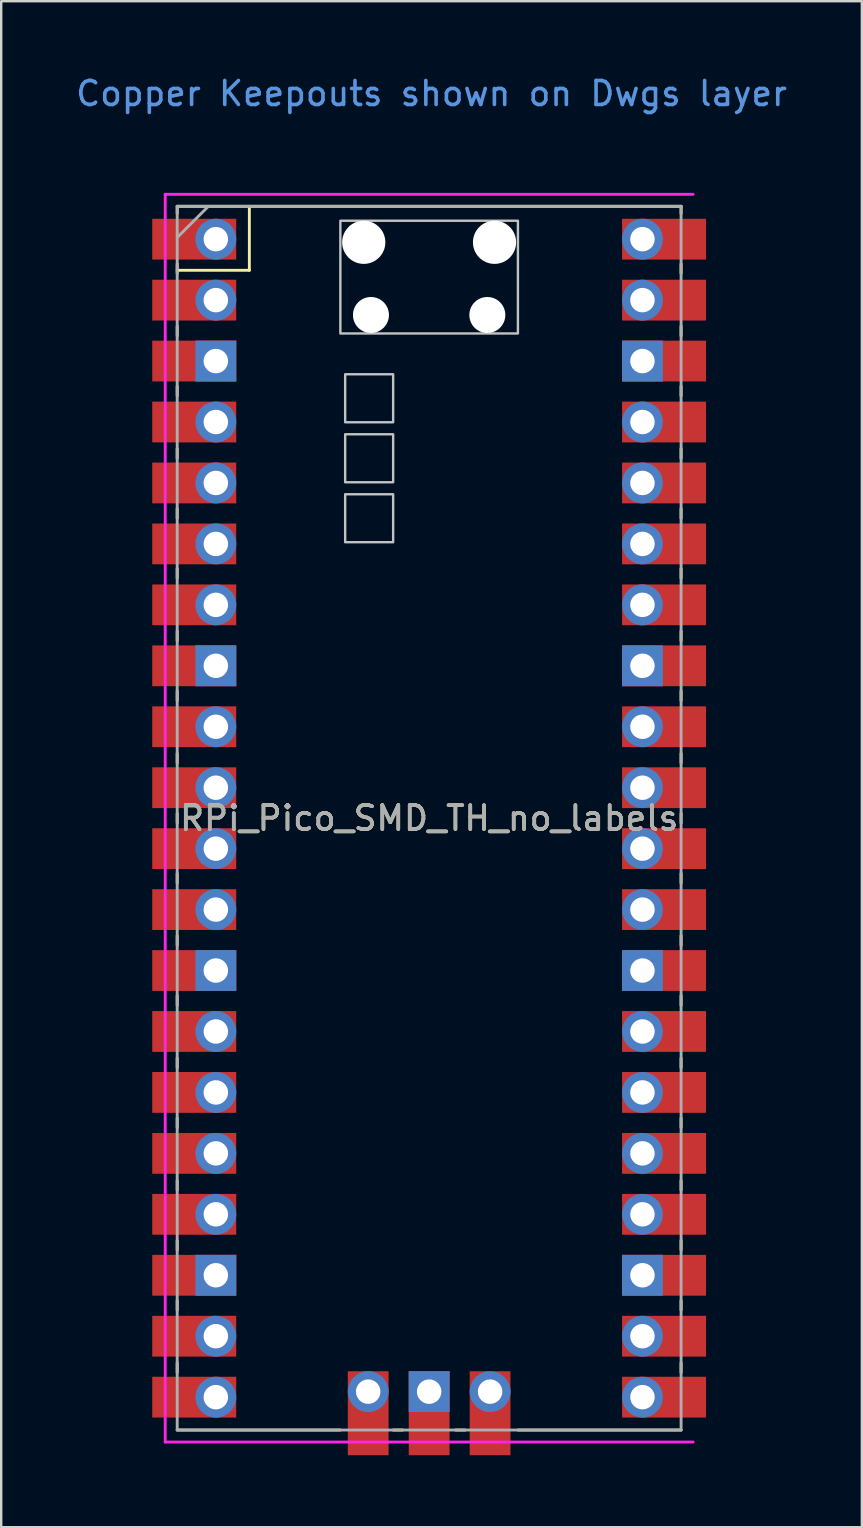
<source format=kicad_pcb>
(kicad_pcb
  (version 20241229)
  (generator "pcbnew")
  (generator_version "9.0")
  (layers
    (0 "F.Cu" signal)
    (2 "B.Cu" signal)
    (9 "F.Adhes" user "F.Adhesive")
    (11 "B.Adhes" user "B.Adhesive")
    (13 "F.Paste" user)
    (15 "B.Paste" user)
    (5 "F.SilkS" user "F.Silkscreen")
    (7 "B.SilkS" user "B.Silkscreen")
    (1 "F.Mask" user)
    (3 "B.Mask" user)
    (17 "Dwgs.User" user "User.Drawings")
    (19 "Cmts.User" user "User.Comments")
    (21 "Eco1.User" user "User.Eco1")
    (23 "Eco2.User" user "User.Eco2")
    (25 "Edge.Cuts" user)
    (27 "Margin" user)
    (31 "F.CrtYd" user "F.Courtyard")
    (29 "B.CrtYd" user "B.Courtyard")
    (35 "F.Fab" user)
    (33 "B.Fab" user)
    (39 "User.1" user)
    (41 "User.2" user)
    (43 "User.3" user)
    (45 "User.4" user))
  (footprint "RPi_Pico_SMD_TH_no_labels"
    (layer "F.Cu")
    (at 14.835 31.048)
    (property "Reference" "RPi_Pico_SMD_TH_no_labels" (at 0 0 0) (layer "F.SilkS") (effects (font (size 1 1) (thickness 0.15))))
    (attr through_hole)
    (fp_line (start -10.5 -25.5) (end -10.5 -25.2) (stroke (width 0.12) (type solid)) (layer "F.SilkS"))
    (fp_line (start -10.5 -25.5) (end 10.5 -25.5) (stroke (width 0.12) (type solid)) (layer "F.SilkS"))
    (fp_line (start -10.5 -23.1) (end -10.5 -22.7) (stroke (width 0.12) (type solid)) (layer "F.SilkS"))
    (fp_line (start -10.5 -22.833) (end -7.493 -22.833) (stroke (width 0.12) (type solid)) (layer "F.SilkS"))
    (fp_line (start -10.5 -20.5) (end -10.5 -20.1) (stroke (width 0.12) (type solid)) (layer "F.SilkS"))
    (fp_line (start -10.5 -18) (end -10.5 -17.6) (stroke (width 0.12) (type solid)) (layer "F.SilkS"))
    (fp_line (start -10.5 -15.4) (end -10.5 -15) (stroke (width 0.12) (type solid)) (layer "F.SilkS"))
    (fp_line (start -10.5 -12.9) (end -10.5 -12.5) (stroke (width 0.12) (type solid)) (layer "F.SilkS"))
    (fp_line (start -10.5 -10.4) (end -10.5 -10) (stroke (width 0.12) (type solid)) (layer "F.SilkS"))
    (fp_line (start -10.5 -7.8) (end -10.5 -7.4) (stroke (width 0.12) (type solid)) (layer "F.SilkS"))
    (fp_line (start -10.5 -5.3) (end -10.5 -4.9) (stroke (width 0.12) (type solid)) (layer "F.SilkS"))
    (fp_line (start -10.5 -2.7) (end -10.5 -2.3) (stroke (width 0.12) (type solid)) (layer "F.SilkS"))
    (fp_line (start -10.5 -0.2) (end -10.5 0.2) (stroke (width 0.12) (type solid)) (layer "F.SilkS"))
    (fp_line (start -10.5 2.3) (end -10.5 2.7) (stroke (width 0.12) (type solid)) (layer "F.SilkS"))
    (fp_line (start -10.5 4.9) (end -10.5 5.3) (stroke (width 0.12) (type solid)) (layer "F.SilkS"))
    (fp_line (start -10.5 7.4) (end -10.5 7.8) (stroke (width 0.12) (type solid)) (layer "F.SilkS"))
    (fp_line (start -10.5 10) (end -10.5 10.4) (stroke (width 0.12) (type solid)) (layer "F.SilkS"))
    (fp_line (start -10.5 12.5) (end -10.5 12.9) (stroke (width 0.12) (type solid)) (layer "F.SilkS"))
    (fp_line (start -10.5 15.1) (end -10.5 15.5) (stroke (width 0.12) (type solid)) (layer "F.SilkS"))
    (fp_line (start -10.5 17.6) (end -10.5 18) (stroke (width 0.12) (type solid)) (layer "F.SilkS"))
    (fp_line (start -10.5 20.1) (end -10.5 20.5) (stroke (width 0.12) (type solid)) (layer "F.SilkS"))
    (fp_line (start -10.5 22.7) (end -10.5 23.1) (stroke (width 0.12) (type solid)) (layer "F.SilkS"))
    (fp_line (start -7.493 -22.833) (end -7.493 -25.5) (stroke (width 0.12) (type solid)) (layer "F.SilkS"))
    (fp_line (start -3.7 25.5) (end -10.5 25.5) (stroke (width 0.12) (type solid)) (layer "F.SilkS"))
    (fp_line (start -1.5 25.5) (end -1.1 25.5) (stroke (width 0.12) (type solid)) (layer "F.SilkS"))
    (fp_line (start 1.1 25.5) (end 1.5 25.5) (stroke (width 0.12) (type solid)) (layer "F.SilkS"))
    (fp_line (start 10.5 -25.5) (end 10.5 -25.2) (stroke (width 0.12) (type solid)) (layer "F.SilkS"))
    (fp_line (start 10.5 -23.1) (end 10.5 -22.7) (stroke (width 0.12) (type solid)) (layer "F.SilkS"))
    (fp_line (start 10.5 -20.5) (end 10.5 -20.1) (stroke (width 0.12) (type solid)) (layer "F.SilkS"))
    (fp_line (start 10.5 -18) (end 10.5 -17.6) (stroke (width 0.12) (type solid)) (layer "F.SilkS"))
    (fp_line (start 10.5 -15.4) (end 10.5 -15) (stroke (width 0.12) (type solid)) (layer "F.SilkS"))
    (fp_line (start 10.5 -12.9) (end 10.5 -12.5) (stroke (width 0.12) (type solid)) (layer "F.SilkS"))
    (fp_line (start 10.5 -10.4) (end 10.5 -10) (stroke (width 0.12) (type solid)) (layer "F.SilkS"))
    (fp_line (start 10.5 -7.8) (end 10.5 -7.4) (stroke (width 0.12) (type solid)) (layer "F.SilkS"))
    (fp_line (start 10.5 -5.3) (end 10.5 -4.9) (stroke (width 0.12) (type solid)) (layer "F.SilkS"))
    (fp_line (start 10.5 -2.7) (end 10.5 -2.3) (stroke (width 0.12) (type solid)) (layer "F.SilkS"))
    (fp_line (start 10.5 -0.2) (end 10.5 0.2) (stroke (width 0.12) (type solid)) (layer "F.SilkS"))
    (fp_line (start 10.5 2.3) (end 10.5 2.7) (stroke (width 0.12) (type solid)) (layer "F.SilkS"))
    (fp_line (start 10.5 4.9) (end 10.5 5.3) (stroke (width 0.12) (type solid)) (layer "F.SilkS"))
    (fp_line (start 10.5 7.4) (end 10.5 7.8) (stroke (width 0.12) (type solid)) (layer "F.SilkS"))
    (fp_line (start 10.5 10) (end 10.5 10.4) (stroke (width 0.12) (type solid)) (layer "F.SilkS"))
    (fp_line (start 10.5 12.5) (end 10.5 12.9) (stroke (width 0.12) (type solid)) (layer "F.SilkS"))
    (fp_line (start 10.5 15.1) (end 10.5 15.5) (stroke (width 0.12) (type solid)) (layer "F.SilkS"))
    (fp_line (start 10.5 17.6) (end 10.5 18) (stroke (width 0.12) (type solid)) (layer "F.SilkS"))
    (fp_line (start 10.5 20.1) (end 10.5 20.5) (stroke (width 0.12) (type solid)) (layer "F.SilkS"))
    (fp_line (start 10.5 22.7) (end 10.5 23.1) (stroke (width 0.12) (type solid)) (layer "F.SilkS"))
    (fp_line (start 10.5 25.5) (end 3.7 25.5) (stroke (width 0.12) (type solid)) (layer "F.SilkS"))
    (fp_poly (pts (xy -1.5 -16.5) (xy -3.5 -16.5) (xy -3.5 -18.5) (xy -1.5 -18.5)) (stroke (width 0.1) (type solid)) (fill no) (layer "Dwgs.User"))
    (fp_poly (pts (xy -1.5 -14) (xy -3.5 -14) (xy -3.5 -16) (xy -1.5 -16)) (stroke (width 0.1) (type solid)) (fill no) (layer "Dwgs.User"))
    (fp_poly (pts (xy -1.5 -11.5) (xy -3.5 -11.5) (xy -3.5 -13.5) (xy -1.5 -13.5)) (stroke (width 0.1) (type solid)) (fill no) (layer "Dwgs.User"))
    (fp_poly (pts (xy 3.7 -20.2) (xy -3.7 -20.2) (xy -3.7 -24.9) (xy 3.7 -24.9)) (stroke (width 0.1) (type solid)) (fill no) (layer "Dwgs.User"))
    (fp_line (start -11 -26) (end 11 -26) (stroke (width 0.12) (type solid)) (layer "F.CrtYd"))
    (fp_line (start -11 26) (end -11 -26) (stroke (width 0.12) (type solid)) (layer "F.CrtYd"))
    (fp_line (start 11 26) (end -11 26) (stroke (width 0.12) (type solid)) (layer "F.CrtYd"))
    (fp_line (start -10.5 -25.5) (end 10.5 -25.5) (stroke (width 0.12) (type solid)) (layer "F.Fab"))
    (fp_line (start -10.5 -24.2) (end -9.2 -25.5) (stroke (width 0.12) (type solid)) (layer "F.Fab"))
    (fp_line (start -10.5 25.5) (end -10.5 -25.5) (stroke (width 0.12) (type solid)) (layer "F.Fab"))
    (fp_line (start 10.5 -25.5) (end 10.5 25.5) (stroke (width 0.12) (type solid)) (layer "F.Fab"))
    (fp_line (start 10.5 25.5) (end -10.5 25.5) (stroke (width 0.12) (type solid)) (layer "F.Fab"))
    (fp_text user "Copper Keepouts shown on Dwgs layer" (at 0.1 -30.2 0) (layer "Cmts.User") (effects (font (size 1 1) (thickness 0.15))))
    (fp_text user "${REFERENCE}" (at 0 0 180) (layer "F.Fab") (effects (font (size 1 1) (thickness 0.15))))
    (pad "" np_thru_hole oval (at -2.725 -24) (size 1.8 1.8) (drill 1.8) (layers "*.Cu" "*.Mask"))
    (pad "" np_thru_hole oval (at -2.425 -20.97) (size 1.5 1.5) (drill 1.5) (layers "*.Cu" "*.Mask"))
    (pad "" np_thru_hole oval (at 2.425 -20.97) (size 1.5 1.5) (drill 1.5) (layers "*.Cu" "*.Mask"))
    (pad "" np_thru_hole oval (at 2.725 -24) (size 1.8 1.8) (drill 1.8) (layers "*.Cu" "*.Mask"))
    (pad "1" thru_hole oval (at -8.89 -24.13) (size 1.7 1.7) (drill 1.02) (layers "*.Cu" "*.Mask"))
    (pad "1" smd rect (at -8.89 -24.13) (size 3.5 1.7) (drill (offset -0.9 0)) (layers "F.Cu" "F.Mask"))
    (pad "2" thru_hole oval (at -8.89 -21.59) (size 1.7 1.7) (drill 1.02) (layers "*.Cu" "*.Mask"))
    (pad "2" smd rect (at -8.89 -21.59) (size 3.5 1.7) (drill (offset -0.9 0)) (layers "F.Cu" "F.Mask"))
    (pad "3" thru_hole rect (at -8.89 -19.05) (size 1.7 1.7) (drill 1.02) (layers "*.Cu" "*.Mask"))
    (pad "3" smd rect (at -8.89 -19.05) (size 3.5 1.7) (drill (offset -0.9 0)) (layers "F.Cu" "F.Mask"))
    (pad "4" thru_hole oval (at -8.89 -16.51) (size 1.7 1.7) (drill 1.02) (layers "*.Cu" "*.Mask"))
    (pad "4" smd rect (at -8.89 -16.51) (size 3.5 1.7) (drill (offset -0.9 0)) (layers "F.Cu" "F.Mask"))
    (pad "5" thru_hole oval (at -8.89 -13.97) (size 1.7 1.7) (drill 1.02) (layers "*.Cu" "*.Mask"))
    (pad "5" smd rect (at -8.89 -13.97) (size 3.5 1.7) (drill (offset -0.9 0)) (layers "F.Cu" "F.Mask"))
    (pad "6" thru_hole oval (at -8.89 -11.43) (size 1.7 1.7) (drill 1.02) (layers "*.Cu" "*.Mask"))
    (pad "6" smd rect (at -8.89 -11.43) (size 3.5 1.7) (drill (offset -0.9 0)) (layers "F.Cu" "F.Mask"))
    (pad "7" thru_hole oval (at -8.89 -8.89) (size 1.7 1.7) (drill 1.02) (layers "*.Cu" "*.Mask"))
    (pad "7" smd rect (at -8.89 -8.89) (size 3.5 1.7) (drill (offset -0.9 0)) (layers "F.Cu" "F.Mask"))
    (pad "8" thru_hole rect (at -8.89 -6.35) (size 1.7 1.7) (drill 1.02) (layers "*.Cu" "*.Mask"))
    (pad "8" smd rect (at -8.89 -6.35) (size 3.5 1.7) (drill (offset -0.9 0)) (layers "F.Cu" "F.Mask"))
    (pad "9" thru_hole oval (at -8.89 -3.81) (size 1.7 1.7) (drill 1.02) (layers "*.Cu" "*.Mask"))
    (pad "9" smd rect (at -8.89 -3.81) (size 3.5 1.7) (drill (offset -0.9 0)) (layers "F.Cu" "F.Mask"))
    (pad "10" thru_hole oval (at -8.89 -1.27) (size 1.7 1.7) (drill 1.02) (layers "*.Cu" "*.Mask"))
    (pad "10" smd rect (at -8.89 -1.27) (size 3.5 1.7) (drill (offset -0.9 0)) (layers "F.Cu" "F.Mask"))
    (pad "11" thru_hole oval (at -8.89 1.27) (size 1.7 1.7) (drill 1.02) (layers "*.Cu" "*.Mask"))
    (pad "11" smd rect (at -8.89 1.27) (size 3.5 1.7) (drill (offset -0.9 0)) (layers "F.Cu" "F.Mask"))
    (pad "12" thru_hole oval (at -8.89 3.81) (size 1.7 1.7) (drill 1.02) (layers "*.Cu" "*.Mask"))
    (pad "12" smd rect (at -8.89 3.81) (size 3.5 1.7) (drill (offset -0.9 0)) (layers "F.Cu" "F.Mask"))
    (pad "13" thru_hole rect (at -8.89 6.35) (size 1.7 1.7) (drill 1.02) (layers "*.Cu" "*.Mask"))
    (pad "13" smd rect (at -8.89 6.35) (size 3.5 1.7) (drill (offset -0.9 0)) (layers "F.Cu" "F.Mask"))
    (pad "14" thru_hole oval (at -8.89 8.89) (size 1.7 1.7) (drill 1.02) (layers "*.Cu" "*.Mask"))
    (pad "14" smd rect (at -8.89 8.89) (size 3.5 1.7) (drill (offset -0.9 0)) (layers "F.Cu" "F.Mask"))
    (pad "15" thru_hole oval (at -8.89 11.43) (size 1.7 1.7) (drill 1.02) (layers "*.Cu" "*.Mask"))
    (pad "15" smd rect (at -8.89 11.43) (size 3.5 1.7) (drill (offset -0.9 0)) (layers "F.Cu" "F.Mask"))
    (pad "16" thru_hole oval (at -8.89 13.97) (size 1.7 1.7) (drill 1.02) (layers "*.Cu" "*.Mask"))
    (pad "16" smd rect (at -8.89 13.97) (size 3.5 1.7) (drill (offset -0.9 0)) (layers "F.Cu" "F.Mask"))
    (pad "17" thru_hole oval (at -8.89 16.51) (size 1.7 1.7) (drill 1.02) (layers "*.Cu" "*.Mask"))
    (pad "17" smd rect (at -8.89 16.51) (size 3.5 1.7) (drill (offset -0.9 0)) (layers "F.Cu" "F.Mask"))
    (pad "18" thru_hole rect (at -8.89 19.05) (size 1.7 1.7) (drill 1.02) (layers "*.Cu" "*.Mask"))
    (pad "18" smd rect (at -8.89 19.05) (size 3.5 1.7) (drill (offset -0.9 0)) (layers "F.Cu" "F.Mask"))
    (pad "19" thru_hole oval (at -8.89 21.59) (size 1.7 1.7) (drill 1.02) (layers "*.Cu" "*.Mask"))
    (pad "19" smd rect (at -8.89 21.59) (size 3.5 1.7) (drill (offset -0.9 0)) (layers "F.Cu" "F.Mask"))
    (pad "20" thru_hole oval (at -8.89 24.13) (size 1.7 1.7) (drill 1.02) (layers "*.Cu" "*.Mask"))
    (pad "20" smd rect (at -8.89 24.13) (size 3.5 1.7) (drill (offset -0.9 0)) (layers "F.Cu" "F.Mask"))
    (pad "21" thru_hole oval (at 8.89 24.13) (size 1.7 1.7) (drill 1.02) (layers "*.Cu" "*.Mask"))
    (pad "21" smd rect (at 8.89 24.13) (size 3.5 1.7) (drill (offset 0.9 0)) (layers "F.Cu" "F.Mask"))
    (pad "22" thru_hole oval (at 8.89 21.59) (size 1.7 1.7) (drill 1.02) (layers "*.Cu" "*.Mask"))
    (pad "22" smd rect (at 8.89 21.59) (size 3.5 1.7) (drill (offset 0.9 0)) (layers "F.Cu" "F.Mask"))
    (pad "23" thru_hole rect (at 8.89 19.05) (size 1.7 1.7) (drill 1.02) (layers "*.Cu" "*.Mask"))
    (pad "23" smd rect (at 8.89 19.05) (size 3.5 1.7) (drill (offset 0.9 0)) (layers "F.Cu" "F.Mask"))
    (pad "24" thru_hole oval (at 8.89 16.51) (size 1.7 1.7) (drill 1.02) (layers "*.Cu" "*.Mask"))
    (pad "24" smd rect (at 8.89 16.51) (size 3.5 1.7) (drill (offset 0.9 0)) (layers "F.Cu" "F.Mask"))
    (pad "25" thru_hole oval (at 8.89 13.97) (size 1.7 1.7) (drill 1.02) (layers "*.Cu" "*.Mask"))
    (pad "25" smd rect (at 8.89 13.97) (size 3.5 1.7) (drill (offset 0.9 0)) (layers "F.Cu" "F.Mask"))
    (pad "26" thru_hole oval (at 8.89 11.43) (size 1.7 1.7) (drill 1.02) (layers "*.Cu" "*.Mask"))
    (pad "26" smd rect (at 8.89 11.43) (size 3.5 1.7) (drill (offset 0.9 0)) (layers "F.Cu" "F.Mask"))
    (pad "27" thru_hole oval (at 8.89 8.89) (size 1.7 1.7) (drill 1.02) (layers "*.Cu" "*.Mask"))
    (pad "27" smd rect (at 8.89 8.89) (size 3.5 1.7) (drill (offset 0.9 0)) (layers "F.Cu" "F.Mask"))
    (pad "28" thru_hole rect (at 8.89 6.35) (size 1.7 1.7) (drill 1.02) (layers "*.Cu" "*.Mask"))
    (pad "28" smd rect (at 8.89 6.35) (size 3.5 1.7) (drill (offset 0.9 0)) (layers "F.Cu" "F.Mask"))
    (pad "29" thru_hole oval (at 8.89 3.81) (size 1.7 1.7) (drill 1.02) (layers "*.Cu" "*.Mask"))
    (pad "29" smd rect (at 8.89 3.81) (size 3.5 1.7) (drill (offset 0.9 0)) (layers "F.Cu" "F.Mask"))
    (pad "30" thru_hole oval (at 8.89 1.27) (size 1.7 1.7) (drill 1.02) (layers "*.Cu" "*.Mask"))
    (pad "30" smd rect (at 8.89 1.27) (size 3.5 1.7) (drill (offset 0.9 0)) (layers "F.Cu" "F.Mask"))
    (pad "31" thru_hole oval (at 8.89 -1.27) (size 1.7 1.7) (drill 1.02) (layers "*.Cu" "*.Mask"))
    (pad "31" smd rect (at 8.89 -1.27) (size 3.5 1.7) (drill (offset 0.9 0)) (layers "F.Cu" "F.Mask"))
    (pad "32" thru_hole oval (at 8.89 -3.81) (size 1.7 1.7) (drill 1.02) (layers "*.Cu" "*.Mask"))
    (pad "32" smd rect (at 8.89 -3.81) (size 3.5 1.7) (drill (offset 0.9 0)) (layers "F.Cu" "F.Mask"))
    (pad "33" thru_hole rect (at 8.89 -6.35) (size 1.7 1.7) (drill 1.02) (layers "*.Cu" "*.Mask"))
    (pad "33" smd rect (at 8.89 -6.35) (size 3.5 1.7) (drill (offset 0.9 0)) (layers "F.Cu" "F.Mask"))
    (pad "34" thru_hole oval (at 8.89 -8.89) (size 1.7 1.7) (drill 1.02) (layers "*.Cu" "*.Mask"))
    (pad "34" smd rect (at 8.89 -8.89) (size 3.5 1.7) (drill (offset 0.9 0)) (layers "F.Cu" "F.Mask"))
    (pad "35" thru_hole oval (at 8.89 -11.43) (size 1.7 1.7) (drill 1.02) (layers "*.Cu" "*.Mask"))
    (pad "35" smd rect (at 8.89 -11.43) (size 3.5 1.7) (drill (offset 0.9 0)) (layers "F.Cu" "F.Mask"))
    (pad "36" thru_hole oval (at 8.89 -13.97) (size 1.7 1.7) (drill 1.02) (layers "*.Cu" "*.Mask"))
    (pad "36" smd rect (at 8.89 -13.97) (size 3.5 1.7) (drill (offset 0.9 0)) (layers "F.Cu" "F.Mask"))
    (pad "37" thru_hole oval (at 8.89 -16.51) (size 1.7 1.7) (drill 1.02) (layers "*.Cu" "*.Mask"))
    (pad "37" smd rect (at 8.89 -16.51) (size 3.5 1.7) (drill (offset 0.9 0)) (layers "F.Cu" "F.Mask"))
    (pad "38" thru_hole rect (at 8.89 -19.05) (size 1.7 1.7) (drill 1.02) (layers "*.Cu" "*.Mask"))
    (pad "38" smd rect (at 8.89 -19.05) (size 3.5 1.7) (drill (offset 0.9 0)) (layers "F.Cu" "F.Mask"))
    (pad "39" thru_hole oval (at 8.89 -21.59) (size 1.7 1.7) (drill 1.02) (layers "*.Cu" "*.Mask"))
    (pad "39" smd rect (at 8.89 -21.59) (size 3.5 1.7) (drill (offset 0.9 0)) (layers "F.Cu" "F.Mask"))
    (pad "40" thru_hole oval (at 8.89 -24.13) (size 1.7 1.7) (drill 1.02) (layers "*.Cu" "*.Mask"))
    (pad "40" smd rect (at 8.89 -24.13) (size 3.5 1.7) (drill (offset 0.9 0)) (layers "F.Cu" "F.Mask"))
    (pad "41" thru_hole oval (at -2.54 23.9) (size 1.7 1.7) (drill 1.02) (layers "*.Cu" "*.Mask"))
    (pad "41" smd rect (at -2.54 23.9 90) (size 3.5 1.7) (drill (offset -0.9 0)) (layers "F.Cu" "F.Mask"))
    (pad "42" thru_hole rect (at 0 23.9) (size 1.7 1.7) (drill 1.02) (layers "*.Cu" "*.Mask"))
    (pad "42" smd rect (at 0 23.9 90) (size 3.5 1.7) (drill (offset -0.9 0)) (layers "F.Cu" "F.Mask"))
    (pad "43" thru_hole oval (at 2.54 23.9) (size 1.7 1.7) (drill 1.02) (layers "*.Cu" "*.Mask"))
    (pad "43" smd rect (at 2.54 23.9 90) (size 3.5 1.7) (drill (offset -0.9 0)) (layers "F.Cu" "F.Mask")))
  (gr_rect
    (start -3 -3)
    (end 32.869 60.598)
    (stroke (width 0.1) (type default))
    (fill no)
    (layer "Edge.Cuts")))
</source>
